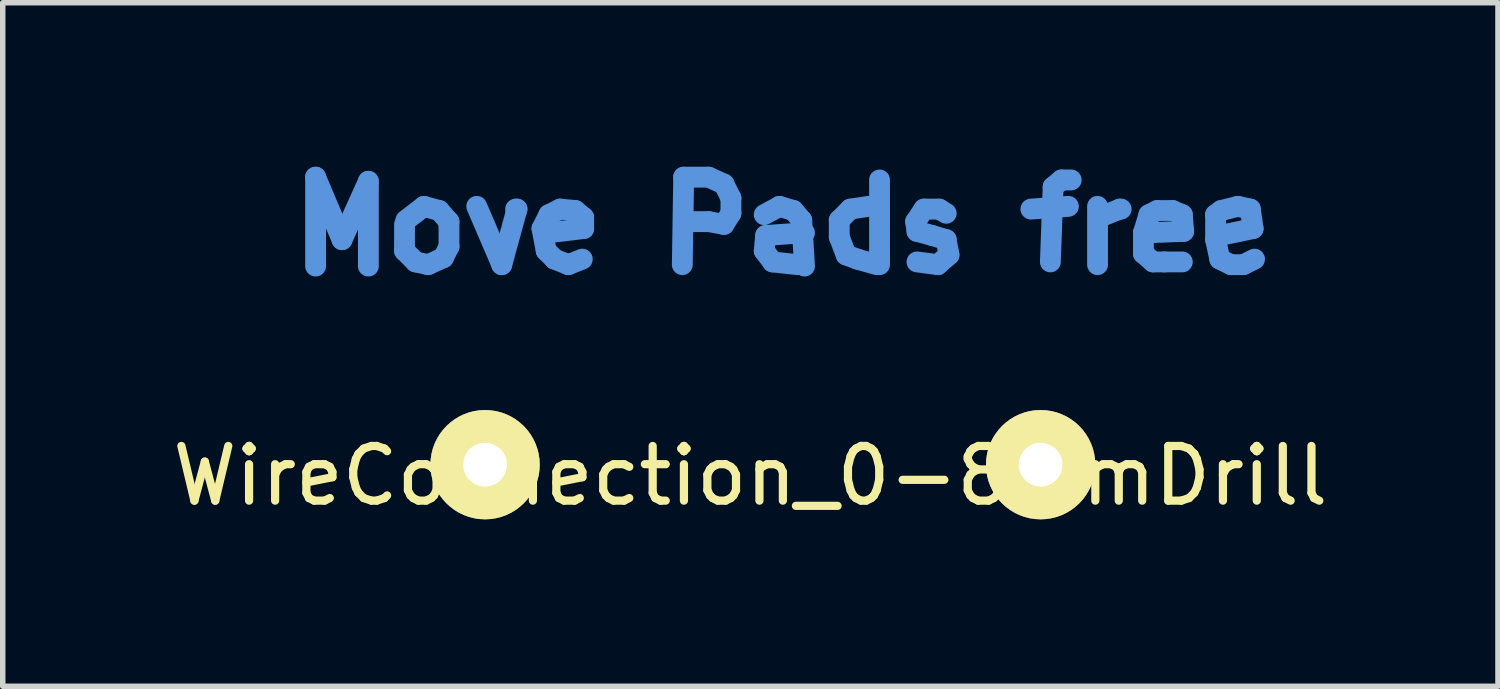
<source format=kicad_pcb>
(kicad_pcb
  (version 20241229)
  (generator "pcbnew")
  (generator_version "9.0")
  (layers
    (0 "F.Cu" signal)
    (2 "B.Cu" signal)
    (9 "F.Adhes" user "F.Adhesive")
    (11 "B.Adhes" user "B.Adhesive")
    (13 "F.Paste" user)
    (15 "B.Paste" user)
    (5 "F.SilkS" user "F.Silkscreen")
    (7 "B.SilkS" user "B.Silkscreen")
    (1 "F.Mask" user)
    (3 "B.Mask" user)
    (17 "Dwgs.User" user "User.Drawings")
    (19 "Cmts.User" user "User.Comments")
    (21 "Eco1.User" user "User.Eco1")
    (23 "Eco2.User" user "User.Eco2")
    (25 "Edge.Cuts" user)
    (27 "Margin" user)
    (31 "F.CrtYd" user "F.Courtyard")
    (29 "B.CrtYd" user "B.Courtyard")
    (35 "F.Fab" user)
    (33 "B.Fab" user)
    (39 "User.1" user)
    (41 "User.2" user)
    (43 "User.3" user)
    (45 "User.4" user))
  (footprint "WireConnection_0-8mmDrill"
    (layer "F.Cu")
    (at 10.901 5.448)
    (property "Reference" "WireConnection_0-8mmDrill" (at -0.229 0.203 0) (layer "F.SilkS") (effects (font (size 1 1) (thickness 0.15))))
    (attr through_hole)
    (fp_line (start -8.179 -5.258) (end -7.696 -4.115) (stroke (width 0.381) (type solid)) (layer "Cmts.User"))
    (fp_line (start -8.179 -3.632) (end -8.179 -5.258) (stroke (width 0.381) (type solid)) (layer "Cmts.User"))
    (fp_line (start -7.696 -4.115) (end -7.214 -5.182) (stroke (width 0.381) (type solid)) (layer "Cmts.User"))
    (fp_line (start -7.214 -5.182) (end -7.214 -3.632) (stroke (width 0.381) (type solid)) (layer "Cmts.User"))
    (fp_line (start -6.553 -4.394) (end -6.553 -3.912) (stroke (width 0.381) (type solid)) (layer "Cmts.User"))
    (fp_line (start -6.553 -3.912) (end -6.35 -3.708) (stroke (width 0.381) (type solid)) (layer "Cmts.User"))
    (fp_line (start -6.35 -3.708) (end -6.121 -3.658) (stroke (width 0.381) (type solid)) (layer "Cmts.User"))
    (fp_line (start -6.198 -4.724) (end -6.528 -4.47) (stroke (width 0.381) (type solid)) (layer "Cmts.User"))
    (fp_line (start -6.121 -3.658) (end -5.842 -3.785) (stroke (width 0.381) (type solid)) (layer "Cmts.User"))
    (fp_line (start -5.918 -4.648) (end -6.198 -4.724) (stroke (width 0.381) (type solid)) (layer "Cmts.User"))
    (fp_line (start -5.842 -3.785) (end -5.74 -3.988) (stroke (width 0.381) (type solid)) (layer "Cmts.User"))
    (fp_line (start -5.74 -4.445) (end -5.918 -4.648) (stroke (width 0.381) (type solid)) (layer "Cmts.User"))
    (fp_line (start -5.74 -3.988) (end -5.74 -4.445) (stroke (width 0.381) (type solid)) (layer "Cmts.User"))
    (fp_line (start -5.232 -4.724) (end -4.775 -3.658) (stroke (width 0.381) (type solid)) (layer "Cmts.User"))
    (fp_line (start -4.775 -3.658) (end -4.496 -4.674) (stroke (width 0.381) (type solid)) (layer "Cmts.User"))
    (fp_line (start -4.496 -4.674) (end -4.521 -4.674) (stroke (width 0.381) (type solid)) (layer "Cmts.User"))
    (fp_line (start -4.039 -4.318) (end -3.912 -4.572) (stroke (width 0.381) (type solid)) (layer "Cmts.User"))
    (fp_line (start -3.962 -3.912) (end -4.039 -4.318) (stroke (width 0.381) (type solid)) (layer "Cmts.User"))
    (fp_line (start -3.912 -4.572) (end -3.708 -4.674) (stroke (width 0.381) (type solid)) (layer "Cmts.User"))
    (fp_line (start -3.81 -3.759) (end -3.962 -3.912) (stroke (width 0.381) (type solid)) (layer "Cmts.User"))
    (fp_line (start -3.708 -4.674) (end -3.429 -4.648) (stroke (width 0.381) (type solid)) (layer "Cmts.User"))
    (fp_line (start -3.556 -3.658) (end -3.81 -3.759) (stroke (width 0.381) (type solid)) (layer "Cmts.User"))
    (fp_line (start -3.429 -4.648) (end -3.277 -4.521) (stroke (width 0.381) (type solid)) (layer "Cmts.User"))
    (fp_line (start -3.302 -3.759) (end -3.556 -3.658) (stroke (width 0.381) (type solid)) (layer "Cmts.User"))
    (fp_line (start -3.277 -4.521) (end -3.277 -4.318) (stroke (width 0.381) (type solid)) (layer "Cmts.User"))
    (fp_line (start -3.277 -4.318) (end -3.912 -4.242) (stroke (width 0.381) (type solid)) (layer "Cmts.User"))
    (fp_line (start -1.473 -3.658) (end -1.448 -5.258) (stroke (width 0.381) (type solid)) (layer "Cmts.User"))
    (fp_line (start -1.448 -5.258) (end -0.991 -5.258) (stroke (width 0.381) (type solid)) (layer "Cmts.User"))
    (fp_line (start -0.991 -5.258) (end -0.711 -5.131) (stroke (width 0.381) (type solid)) (layer "Cmts.User"))
    (fp_line (start -0.991 -4.445) (end -1.448 -4.445) (stroke (width 0.381) (type solid)) (layer "Cmts.User"))
    (fp_line (start -0.711 -5.131) (end -0.584 -4.877) (stroke (width 0.381) (type solid)) (layer "Cmts.User"))
    (fp_line (start -0.711 -4.394) (end -0.991 -4.445) (stroke (width 0.381) (type solid)) (layer "Cmts.User"))
    (fp_line (start -0.584 -4.877) (end -0.584 -4.597) (stroke (width 0.381) (type solid)) (layer "Cmts.User"))
    (fp_line (start -0.584 -4.597) (end -0.711 -4.394) (stroke (width 0.381) (type solid)) (layer "Cmts.User"))
    (fp_line (start 0.025 -4.572) (end 0.305 -4.724) (stroke (width 0.381) (type solid)) (layer "Cmts.User"))
    (fp_line (start 0.025 -3.912) (end 0.051 -4.191) (stroke (width 0.381) (type solid)) (layer "Cmts.User"))
    (fp_line (start 0.051 -4.191) (end 0.762 -4.242) (stroke (width 0.381) (type solid)) (layer "Cmts.User"))
    (fp_line (start 0.178 -3.708) (end 0.025 -3.912) (stroke (width 0.381) (type solid)) (layer "Cmts.User"))
    (fp_line (start 0.305 -4.724) (end 0.559 -4.648) (stroke (width 0.381) (type solid)) (layer "Cmts.User"))
    (fp_line (start 0.559 -4.648) (end 0.711 -4.47) (stroke (width 0.381) (type solid)) (layer "Cmts.User"))
    (fp_line (start 0.635 -3.658) (end 0.178 -3.708) (stroke (width 0.381) (type solid)) (layer "Cmts.User"))
    (fp_line (start 0.711 -4.47) (end 0.762 -3.632) (stroke (width 0.381) (type solid)) (layer "Cmts.User"))
    (fp_line (start 1.397 -4.47) (end 1.6 -4.674) (stroke (width 0.381) (type solid)) (layer "Cmts.User"))
    (fp_line (start 1.397 -4.166) (end 1.397 -4.47) (stroke (width 0.381) (type solid)) (layer "Cmts.User"))
    (fp_line (start 1.524 -3.835) (end 1.397 -4.166) (stroke (width 0.381) (type solid)) (layer "Cmts.User"))
    (fp_line (start 1.6 -4.674) (end 1.93 -4.724) (stroke (width 0.381) (type solid)) (layer "Cmts.User"))
    (fp_line (start 1.727 -3.759) (end 1.524 -3.835) (stroke (width 0.381) (type solid)) (layer "Cmts.User"))
    (fp_line (start 2.083 -3.658) (end 1.727 -3.759) (stroke (width 0.381) (type solid)) (layer "Cmts.User"))
    (fp_line (start 2.134 -5.207) (end 2.134 -3.658) (stroke (width 0.381) (type solid)) (layer "Cmts.User"))
    (fp_line (start 2.794 -4.445) (end 2.819 -4.267) (stroke (width 0.381) (type solid)) (layer "Cmts.User"))
    (fp_line (start 2.819 -4.267) (end 3.099 -4.191) (stroke (width 0.381) (type solid)) (layer "Cmts.User"))
    (fp_line (start 2.946 -4.674) (end 2.794 -4.445) (stroke (width 0.381) (type solid)) (layer "Cmts.User"))
    (fp_line (start 3.099 -4.191) (end 3.353 -4.115) (stroke (width 0.381) (type solid)) (layer "Cmts.User"))
    (fp_line (start 3.2 -3.658) (end 2.819 -3.708) (stroke (width 0.381) (type solid)) (layer "Cmts.User"))
    (fp_line (start 3.226 -4.674) (end 2.946 -4.674) (stroke (width 0.381) (type solid)) (layer "Cmts.User"))
    (fp_line (start 3.353 -4.597) (end 3.226 -4.674) (stroke (width 0.381) (type solid)) (layer "Cmts.User"))
    (fp_line (start 3.353 -4.115) (end 3.404 -3.835) (stroke (width 0.381) (type solid)) (layer "Cmts.User"))
    (fp_line (start 3.404 -3.835) (end 3.2 -3.658) (stroke (width 0.381) (type solid)) (layer "Cmts.User"))
    (fp_line (start 4.902 -4.674) (end 5.588 -4.724) (stroke (width 0.381) (type solid)) (layer "Cmts.User"))
    (fp_line (start 5.309 -5.08) (end 5.258 -3.708) (stroke (width 0.381) (type solid)) (layer "Cmts.User"))
    (fp_line (start 5.461 -5.207) (end 5.309 -5.08) (stroke (width 0.381) (type solid)) (layer "Cmts.User"))
    (fp_line (start 5.639 -5.207) (end 5.461 -5.207) (stroke (width 0.381) (type solid)) (layer "Cmts.User"))
    (fp_line (start 6.121 -4.724) (end 6.121 -3.658) (stroke (width 0.381) (type solid)) (layer "Cmts.User"))
    (fp_line (start 6.147 -4.521) (end 6.528 -4.674) (stroke (width 0.381) (type solid)) (layer "Cmts.User"))
    (fp_line (start 6.528 -4.674) (end 6.553 -4.674) (stroke (width 0.381) (type solid)) (layer "Cmts.User"))
    (fp_line (start 6.96 -4.242) (end 7.061 -4.572) (stroke (width 0.381) (type solid)) (layer "Cmts.User"))
    (fp_line (start 6.96 -3.861) (end 6.96 -4.242) (stroke (width 0.381) (type solid)) (layer "Cmts.User"))
    (fp_line (start 7.061 -4.572) (end 7.214 -4.648) (stroke (width 0.381) (type solid)) (layer "Cmts.User"))
    (fp_line (start 7.137 -3.708) (end 6.96 -3.861) (stroke (width 0.381) (type solid)) (layer "Cmts.User"))
    (fp_line (start 7.214 -4.648) (end 7.493 -4.648) (stroke (width 0.381) (type solid)) (layer "Cmts.User"))
    (fp_line (start 7.341 -3.708) (end 7.137 -3.708) (stroke (width 0.381) (type solid)) (layer "Cmts.User"))
    (fp_line (start 7.493 -4.648) (end 7.671 -4.572) (stroke (width 0.381) (type solid)) (layer "Cmts.User"))
    (fp_line (start 7.671 -4.572) (end 7.696 -4.267) (stroke (width 0.381) (type solid)) (layer "Cmts.User"))
    (fp_line (start 7.671 -3.708) (end 7.341 -3.708) (stroke (width 0.381) (type solid)) (layer "Cmts.User"))
    (fp_line (start 7.696 -4.267) (end 7.061 -4.242) (stroke (width 0.381) (type solid)) (layer "Cmts.User"))
    (fp_line (start 8.28 -4.572) (end 8.382 -4.648) (stroke (width 0.381) (type solid)) (layer "Cmts.User"))
    (fp_line (start 8.28 -4.115) (end 8.28 -4.572) (stroke (width 0.381) (type solid)) (layer "Cmts.User"))
    (fp_line (start 8.357 -4.191) (end 8.357 -4.242) (stroke (width 0.381) (type solid)) (layer "Cmts.User"))
    (fp_line (start 8.357 -3.759) (end 8.28 -4.115) (stroke (width 0.381) (type solid)) (layer "Cmts.User"))
    (fp_line (start 8.382 -4.648) (end 8.687 -4.724) (stroke (width 0.381) (type solid)) (layer "Cmts.User"))
    (fp_line (start 8.56 -3.658) (end 8.357 -3.759) (stroke (width 0.381) (type solid)) (layer "Cmts.User"))
    (fp_line (start 8.687 -4.724) (end 8.915 -4.674) (stroke (width 0.381) (type solid)) (layer "Cmts.User"))
    (fp_line (start 8.788 -3.658) (end 8.56 -3.658) (stroke (width 0.381) (type solid)) (layer "Cmts.User"))
    (fp_line (start 8.915 -4.674) (end 8.966 -4.318) (stroke (width 0.381) (type solid)) (layer "Cmts.User"))
    (fp_line (start 8.966 -4.318) (end 8.357 -4.191) (stroke (width 0.381) (type solid)) (layer "Cmts.User"))
    (fp_line (start 8.992 -3.759) (end 8.788 -3.658) (stroke (width 0.381) (type solid)) (layer "Cmts.User"))
    (pad "1" thru_hole circle (at -5.08 0) (size 1.999 1.999) (drill 0.8) (layers "*.Cu" "*.Mask" "F.SilkS"))
    (pad "2" thru_hole circle (at 5.08 0) (size 1.999 1.999) (drill 0.8) (layers "*.Cu" "*.Mask" "F.SilkS")))
  (gr_rect
    (start -3 -3)
    (end 24.345 9.5)
    (stroke (width 0.1) (type default))
    (fill no)
    (layer "Edge.Cuts")))
</source>
